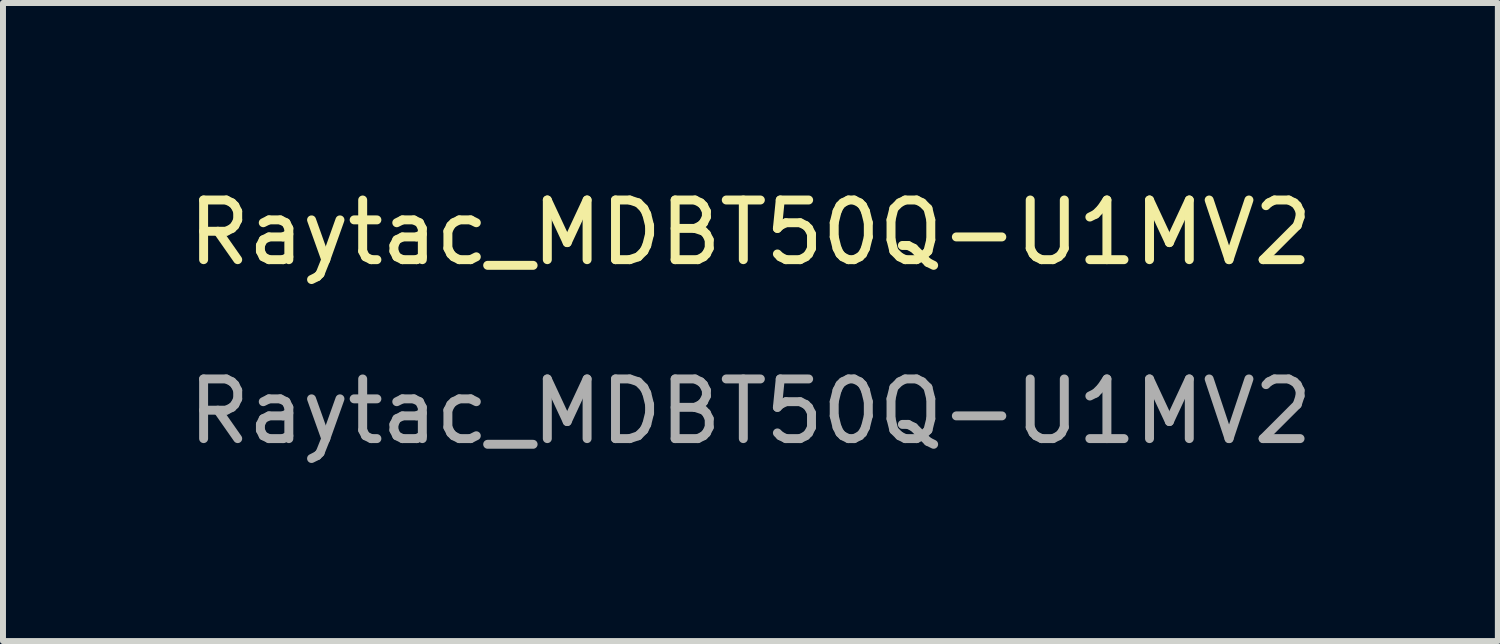
<source format=kicad_pcb>
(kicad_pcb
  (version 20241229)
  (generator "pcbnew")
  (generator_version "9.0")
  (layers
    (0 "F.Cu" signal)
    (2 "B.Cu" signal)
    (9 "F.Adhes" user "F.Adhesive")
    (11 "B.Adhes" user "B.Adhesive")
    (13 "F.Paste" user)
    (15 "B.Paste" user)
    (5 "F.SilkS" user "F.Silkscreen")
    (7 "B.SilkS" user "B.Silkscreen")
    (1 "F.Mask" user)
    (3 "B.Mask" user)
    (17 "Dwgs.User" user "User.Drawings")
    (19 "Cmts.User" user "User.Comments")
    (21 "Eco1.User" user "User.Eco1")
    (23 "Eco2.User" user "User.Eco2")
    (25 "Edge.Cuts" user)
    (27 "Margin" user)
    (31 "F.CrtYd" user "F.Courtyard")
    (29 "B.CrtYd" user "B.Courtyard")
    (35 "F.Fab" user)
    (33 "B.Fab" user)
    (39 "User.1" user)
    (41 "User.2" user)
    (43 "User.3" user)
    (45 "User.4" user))
  (footprint "Raytac_MDBT50Q-U1MV2"
    (layer "F.Cu")
    (at 9.53 1.348)
    (property "Reference" "Raytac_MDBT50Q-U1MV2" (at 0 -0.5 0) (unlocked yes) (layer "F.SilkS") (effects (font (size 1 1) (thickness 0.15))))
    (attr smd)
    (fp_text user "${REFERENCE}" (at 0 2.5 0) (unlocked yes) (layer "F.Fab") (effects (font (size 1 1) (thickness 0.15)))))
  (gr_rect
    (start -3 -3)
    (end 22.06 7.697)
    (stroke (width 0.1) (type default))
    (fill no)
    (layer "Edge.Cuts")))
</source>
